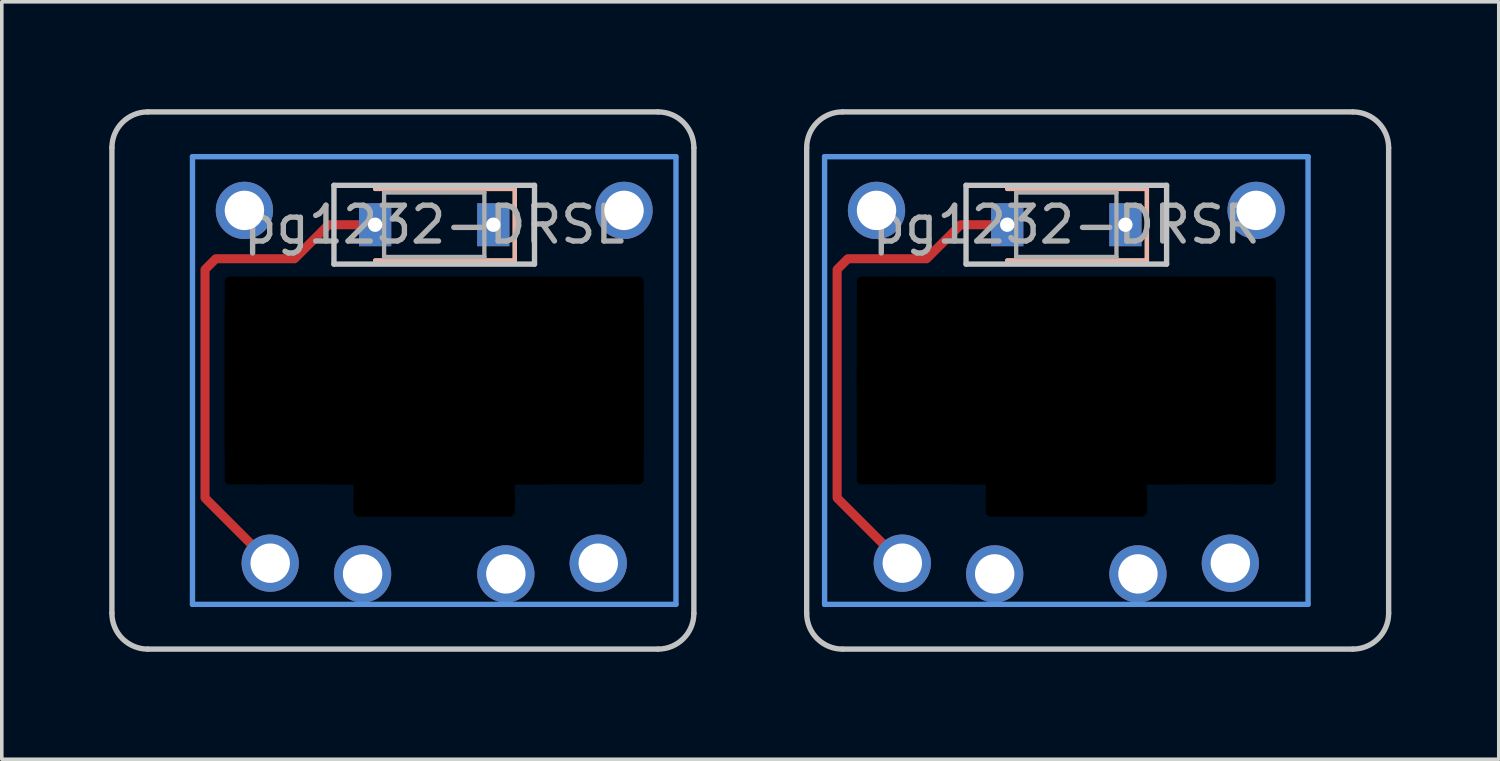
<source format=kicad_pcb>
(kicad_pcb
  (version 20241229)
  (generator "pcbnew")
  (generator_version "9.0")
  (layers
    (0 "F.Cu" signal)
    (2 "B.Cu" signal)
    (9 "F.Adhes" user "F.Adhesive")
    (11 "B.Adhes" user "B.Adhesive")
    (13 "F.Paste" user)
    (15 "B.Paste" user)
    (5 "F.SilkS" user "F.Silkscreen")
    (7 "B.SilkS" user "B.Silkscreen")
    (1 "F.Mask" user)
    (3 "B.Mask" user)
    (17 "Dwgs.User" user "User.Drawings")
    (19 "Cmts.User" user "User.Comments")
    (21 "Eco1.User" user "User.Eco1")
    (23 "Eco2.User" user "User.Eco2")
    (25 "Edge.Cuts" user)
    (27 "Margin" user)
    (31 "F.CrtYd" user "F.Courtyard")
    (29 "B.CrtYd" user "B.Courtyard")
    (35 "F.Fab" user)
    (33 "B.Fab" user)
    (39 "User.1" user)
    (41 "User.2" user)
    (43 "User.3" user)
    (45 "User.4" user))
  (footprint "pg1232-DRSL"
    (layer "F.Cu")
    (at 9.075 3.225)
    (property "Reference" "pg1232-DRSL" (at 0 0 0) (layer "F.Fab") (effects (font (size 1 1) (thickness 0.15))))
    (attr smd)
    (fp_line (start 2.25 -1) (end -1.65 -1) (stroke (width 0.12) (type solid)) (layer "F.SilkS"))
    (fp_line (start 2.25 -1) (end 2.25 1) (stroke (width 0.12) (type solid)) (layer "F.SilkS"))
    (fp_line (start 2.25 1) (end -1.65 1) (stroke (width 0.12) (type solid)) (layer "F.SilkS"))
    (fp_line (start 2.25 -1) (end -1.65 -1) (stroke (width 0.12) (type solid)) (layer "B.SilkS"))
    (fp_line (start 2.25 -1) (end 2.25 1) (stroke (width 0.12) (type solid)) (layer "B.SilkS"))
    (fp_line (start 2.25 1) (end -1.65 1) (stroke (width 0.12) (type solid)) (layer "B.SilkS"))
    (fp_line (start -9 10.85) (end -9 -2.15) (stroke (width 0.15) (type solid)) (layer "Dwgs.User"))
    (fp_line (start -8 -3.15) (end 6.25 -3.15) (stroke (width 0.15) (type solid)) (layer "Dwgs.User"))
    (fp_line (start -2.8 -1.1) (end -2.8 1.1) (stroke (width 0.15) (type solid)) (layer "Dwgs.User"))
    (fp_line (start -2.8 1.1) (end 2.8 1.1) (stroke (width 0.15) (type solid)) (layer "Dwgs.User"))
    (fp_line (start 2.8 -1.1) (end -2.8 -1.1) (stroke (width 0.15) (type solid)) (layer "Dwgs.User"))
    (fp_line (start 2.8 1.1) (end 2.8 -1.1) (stroke (width 0.15) (type solid)) (layer "Dwgs.User"))
    (fp_line (start 6.25 11.85) (end -8 11.85) (stroke (width 0.15) (type solid)) (layer "Dwgs.User"))
    (fp_line (start 7.25 -2.15) (end 7.25 10.85) (stroke (width 0.15) (type solid)) (layer "Dwgs.User"))
    (fp_arc (start -9 -2.15) (mid -8.707107 -2.857107) (end -8 -3.15) (stroke (width 0.15) (type solid)) (layer "Dwgs.User"))
    (fp_arc (start -8 11.85) (mid -8.707107 11.557107) (end -9 10.85) (stroke (width 0.15) (type solid)) (layer "Dwgs.User"))
    (fp_arc (start 6.25 -3.15) (mid 6.957107 -2.857107) (end 7.25 -2.15) (stroke (width 0.15) (type solid)) (layer "Dwgs.User"))
    (fp_arc (start 7.25 10.85) (mid 6.957107 11.557107) (end 6.25 11.85) (stroke (width 0.15) (type solid)) (layer "Dwgs.User"))
    (fp_line (start -6.75 -1.9) (end -6.75 10.6) (stroke (width 0.15) (type solid)) (layer "Cmts.User"))
    (fp_line (start -6.75 10.6) (end 6.75 10.6) (stroke (width 0.15) (type solid)) (layer "Cmts.User"))
    (fp_line (start 6.75 -1.9) (end -6.75 -1.9) (stroke (width 0.15) (type solid)) (layer "Cmts.User"))
    (fp_line (start 6.75 10.6) (end 6.75 -1.9) (stroke (width 0.15) (type solid)) (layer "Cmts.User"))
    (fp_line (start -1.4 -0.9) (end -1.4 0.9) (stroke (width 0.12) (type solid)) (layer "F.Fab"))
    (fp_line (start -1.4 0.9) (end 1.4 0.9) (stroke (width 0.12) (type solid)) (layer "F.Fab"))
    (fp_line (start 1.4 -0.9) (end -1.4 -0.9) (stroke (width 0.12) (type solid)) (layer "F.Fab"))
    (fp_line (start 1.4 0.9) (end 1.4 -0.9) (stroke (width 0.12) (type solid)) (layer "F.Fab"))
    (pad "" np_thru_hole oval (at -5.7 4.35 90) (size 5.8 0.3) (drill oval 5.8 0.3) (layers "*.Mask"))
    (pad "" thru_hole circle (at -5.3 -0.4) (size 1.6 1.6) (drill 1.1) (layers "*.Cu" "*.Mask"))
    (pad "" np_thru_hole oval (at -4.85 4.35) (size 2 5.8) (drill oval 2 5.8) (layers "*.Mask"))
    (pad "" thru_hole circle (at -4.58 9.45) (size 1.6 1.6) (drill 1.1) (layers "*.Cu" "B.Mask"))
    (pad "" np_thru_hole oval (at -2.1 7.6 90) (size 1.1 0.3) (drill oval 1.1 0.3) (layers "*.Mask"))
    (pad "" smd custom (at -1.65 0) (size 0.254 0.254) (layers "F.Cu") (options (anchor circle)) (primitives (gr_line (start -4.75 7.63) (end -2.93 9.45) (width 0.254)) (gr_line (start 0 0) (end -1.3 0) (width 0.254)) (gr_line (start -1.3 0) (end -2.25 0.95) (width 0.254)) (gr_line (start -4.75 1.25) (end -4.75 7.63) (width 0.254)) (gr_line (start -2.25 0.95) (end -4.45 0.95) (width 0.254)) (gr_line (start -4.45 0.95) (end -4.75 1.25) (width 0.254))))
    (pad "" thru_hole rect (at -1.65 0) (size 0.9 1.2) (drill 0.4) (layers "*.Cu" "*.Mask"))
    (pad "" np_thru_hole oval (at 0 1.6) (size 11.7 0.3) (drill oval 11.7 0.3) (layers "*.Mask"))
    (pad "" np_thru_hole oval (at 0 4.35) (size 11.7 5.8) (drill oval 11.7 5.8) (layers "*.Mask"))
    (pad "" np_thru_hole oval (at 0 7.1) (size 11.7 0.3) (drill oval 11.7 0.3) (layers "*.Mask"))
    (pad "" np_thru_hole oval (at 0 7.65) (size 4.5 1) (drill oval 4.5 1) (layers "*.Mask"))
    (pad "" np_thru_hole oval (at 0 8) (size 4.5 0.3) (drill oval 4.5 0.3) (layers "*.Mask"))
    (pad "" np_thru_hole oval (at 2.1 7.6 90) (size 1.1 0.3) (drill oval 1.1 0.3) (layers "*.Mask"))
    (pad "" thru_hole circle (at 4.58 9.45) (size 1.6 1.6) (drill 1.1) (layers "*.Cu" "F.Mask"))
    (pad "" np_thru_hole oval (at 4.85 4.35) (size 2 5.8) (drill oval 2 5.8) (layers "*.Mask"))
    (pad "" thru_hole circle (at 5.3 -0.4) (size 1.6 1.6) (drill 1.1) (layers "*.Cu" "*.Mask"))
    (pad "" np_thru_hole oval (at 5.7 4.35 90) (size 5.8 0.3) (drill oval 5.8 0.3) (layers "*.Mask"))
    (pad "1" thru_hole circle (at -2 9.75) (size 1.6 1.6) (drill 1.1) (layers "*.Cu" "F.Mask"))
    (pad "1" thru_hole circle (at 2 9.75) (size 1.6 1.6) (drill 1.1) (layers "*.Cu" "B.Mask"))
    (pad "2" thru_hole rect (at 1.65 0) (size 0.9 1.2) (drill 0.4) (layers "*.Cu" "*.Mask")))
  (footprint "pg1232-DRSR"
    (layer "F.Cu")
    (at 26.725 3.225)
    (property "Reference" "pg1232-DRSR" (at 0 0 0) (layer "F.Fab") (effects (font (size 1 1) (thickness 0.15))))
    (attr smd)
    (fp_line (start 2.25 -1) (end -1.65 -1) (stroke (width 0.12) (type solid)) (layer "F.SilkS"))
    (fp_line (start 2.25 -1) (end 2.25 1) (stroke (width 0.12) (type solid)) (layer "F.SilkS"))
    (fp_line (start 2.25 1) (end -1.65 1) (stroke (width 0.12) (type solid)) (layer "F.SilkS"))
    (fp_line (start 2.25 -1) (end -1.65 -1) (stroke (width 0.12) (type solid)) (layer "B.SilkS"))
    (fp_line (start 2.25 -1) (end 2.25 1) (stroke (width 0.12) (type solid)) (layer "B.SilkS"))
    (fp_line (start 2.25 1) (end -1.65 1) (stroke (width 0.12) (type solid)) (layer "B.SilkS"))
    (fp_line (start -7.25 10.85) (end -7.25 -2.15) (stroke (width 0.15) (type solid)) (layer "Dwgs.User"))
    (fp_line (start -6.25 -3.15) (end 8 -3.15) (stroke (width 0.15) (type solid)) (layer "Dwgs.User"))
    (fp_line (start -2.8 -1.1) (end -2.8 1.1) (stroke (width 0.15) (type solid)) (layer "Dwgs.User"))
    (fp_line (start -2.8 1.1) (end 2.8 1.1) (stroke (width 0.15) (type solid)) (layer "Dwgs.User"))
    (fp_line (start 2.8 -1.1) (end -2.8 -1.1) (stroke (width 0.15) (type solid)) (layer "Dwgs.User"))
    (fp_line (start 2.8 1.1) (end 2.8 -1.1) (stroke (width 0.15) (type solid)) (layer "Dwgs.User"))
    (fp_line (start 8 11.85) (end -6.25 11.85) (stroke (width 0.15) (type solid)) (layer "Dwgs.User"))
    (fp_line (start 9 -2.15) (end 9 10.85) (stroke (width 0.15) (type solid)) (layer "Dwgs.User"))
    (fp_arc (start -7.25 -2.15) (mid -6.957107 -2.857107) (end -6.25 -3.15) (stroke (width 0.15) (type solid)) (layer "Dwgs.User"))
    (fp_arc (start -6.25 11.85) (mid -6.957107 11.557107) (end -7.25 10.85) (stroke (width 0.15) (type solid)) (layer "Dwgs.User"))
    (fp_arc (start 8 -3.15) (mid 8.707107 -2.857107) (end 9 -2.15) (stroke (width 0.15) (type solid)) (layer "Dwgs.User"))
    (fp_arc (start 9 10.85) (mid 8.707107 11.557107) (end 8 11.85) (stroke (width 0.15) (type solid)) (layer "Dwgs.User"))
    (fp_line (start -6.75 -1.9) (end -6.75 10.6) (stroke (width 0.15) (type solid)) (layer "Cmts.User"))
    (fp_line (start -6.75 10.6) (end 6.75 10.6) (stroke (width 0.15) (type solid)) (layer "Cmts.User"))
    (fp_line (start 6.75 -1.9) (end -6.75 -1.9) (stroke (width 0.15) (type solid)) (layer "Cmts.User"))
    (fp_line (start 6.75 10.6) (end 6.75 -1.9) (stroke (width 0.15) (type solid)) (layer "Cmts.User"))
    (fp_line (start -1.4 -0.9) (end -1.4 0.9) (stroke (width 0.12) (type solid)) (layer "F.Fab"))
    (fp_line (start -1.4 0.9) (end 1.4 0.9) (stroke (width 0.12) (type solid)) (layer "F.Fab"))
    (fp_line (start 1.4 -0.9) (end -1.4 -0.9) (stroke (width 0.12) (type solid)) (layer "F.Fab"))
    (fp_line (start 1.4 0.9) (end 1.4 -0.9) (stroke (width 0.12) (type solid)) (layer "F.Fab"))
    (pad "" np_thru_hole oval (at -5.7 4.35 90) (size 5.8 0.3) (drill oval 5.8 0.3) (layers "*.Mask"))
    (pad "" thru_hole circle (at -5.3 -0.4) (size 1.6 1.6) (drill 1.1) (layers "*.Cu" "*.Mask"))
    (pad "" np_thru_hole oval (at -4.85 4.35) (size 2 5.8) (drill oval 2 5.8) (layers "*.Mask"))
    (pad "" thru_hole circle (at -4.58 9.45) (size 1.6 1.6) (drill 1.1) (layers "*.Cu" "B.Mask"))
    (pad "" np_thru_hole oval (at -2.1 7.6 90) (size 1.1 0.3) (drill oval 1.1 0.3) (layers "*.Mask"))
    (pad "" smd custom (at -1.65 0) (size 0.254 0.254) (layers "F.Cu") (options (anchor circle)) (primitives (gr_line (start -4.75 7.63) (end -2.93 9.45) (width 0.254)) (gr_line (start 0 0) (end -1.3 0) (width 0.254)) (gr_line (start -1.3 0) (end -2.25 0.95) (width 0.254)) (gr_line (start -4.75 1.25) (end -4.75 7.63) (width 0.254)) (gr_line (start -2.25 0.95) (end -4.45 0.95) (width 0.254)) (gr_line (start -4.45 0.95) (end -4.75 1.25) (width 0.254))))
    (pad "" thru_hole rect (at -1.65 0) (size 0.9 1.2) (drill 0.4) (layers "*.Cu" "*.Mask"))
    (pad "" np_thru_hole oval (at 0 1.6) (size 11.7 0.3) (drill oval 11.7 0.3) (layers "*.Mask"))
    (pad "" np_thru_hole oval (at 0 4.35) (size 11.7 5.8) (drill oval 11.7 5.8) (layers "*.Mask"))
    (pad "" np_thru_hole oval (at 0 7.1) (size 11.7 0.3) (drill oval 11.7 0.3) (layers "*.Mask"))
    (pad "" np_thru_hole oval (at 0 7.65) (size 4.5 1) (drill oval 4.5 1) (layers "*.Mask"))
    (pad "" np_thru_hole oval (at 0 8) (size 4.5 0.3) (drill oval 4.5 0.3) (layers "*.Mask"))
    (pad "" np_thru_hole oval (at 2.1 7.6 90) (size 1.1 0.3) (drill oval 1.1 0.3) (layers "*.Mask"))
    (pad "" thru_hole circle (at 4.58 9.45) (size 1.6 1.6) (drill 1.1) (layers "*.Cu" "F.Mask"))
    (pad "" np_thru_hole oval (at 4.85 4.35) (size 2 5.8) (drill oval 2 5.8) (layers "*.Mask"))
    (pad "" thru_hole circle (at 5.3 -0.4) (size 1.6 1.6) (drill 1.1) (layers "*.Cu" "*.Mask"))
    (pad "" np_thru_hole oval (at 5.7 4.35 90) (size 5.8 0.3) (drill oval 5.8 0.3) (layers "*.Mask"))
    (pad "1" thru_hole circle (at -2 9.75) (size 1.6 1.6) (drill 1.1) (layers "*.Cu" "F.Mask"))
    (pad "1" thru_hole circle (at 2 9.75) (size 1.6 1.6) (drill 1.1) (layers "*.Cu" "B.Mask"))
    (pad "2" thru_hole rect (at 1.65 0) (size 0.9 1.2) (drill 0.4) (layers "*.Cu" "*.Mask")))
  (gr_rect
    (start -3 -3)
    (end 38.8 18.15)
    (stroke (width 0.1) (type default))
    (fill no)
    (layer "Edge.Cuts")))
</source>
